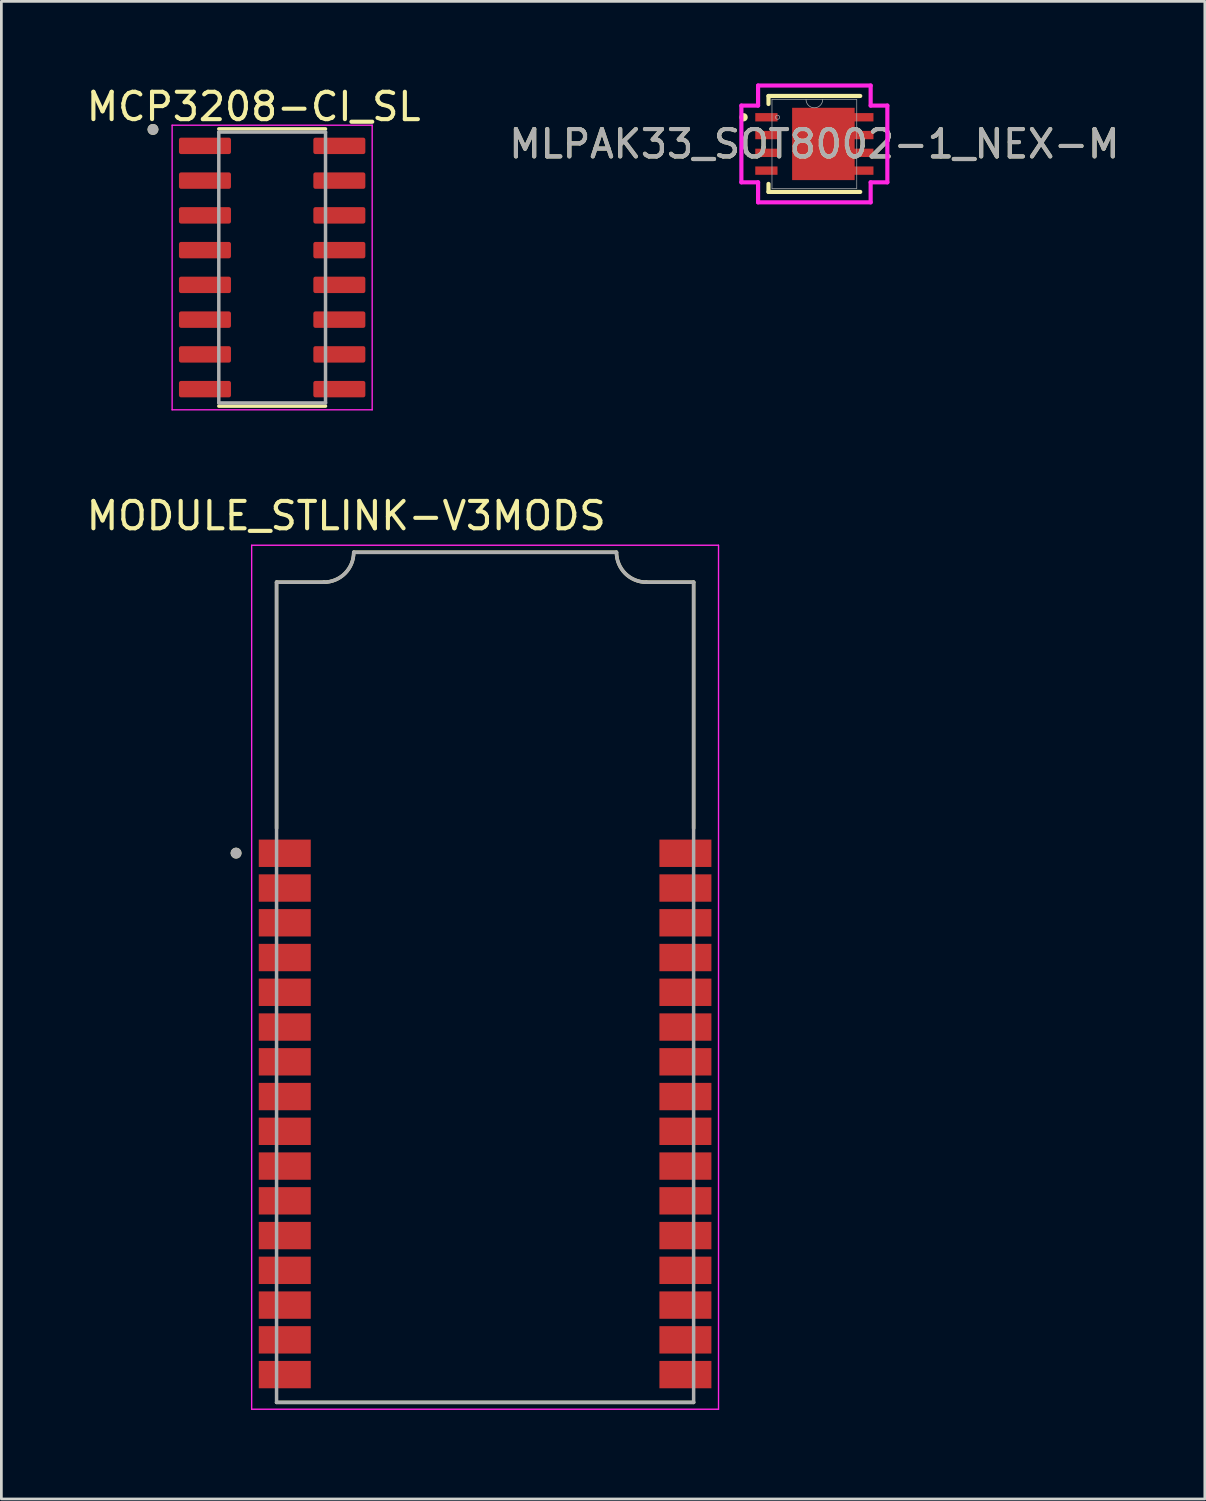
<source format=kicad_pcb>
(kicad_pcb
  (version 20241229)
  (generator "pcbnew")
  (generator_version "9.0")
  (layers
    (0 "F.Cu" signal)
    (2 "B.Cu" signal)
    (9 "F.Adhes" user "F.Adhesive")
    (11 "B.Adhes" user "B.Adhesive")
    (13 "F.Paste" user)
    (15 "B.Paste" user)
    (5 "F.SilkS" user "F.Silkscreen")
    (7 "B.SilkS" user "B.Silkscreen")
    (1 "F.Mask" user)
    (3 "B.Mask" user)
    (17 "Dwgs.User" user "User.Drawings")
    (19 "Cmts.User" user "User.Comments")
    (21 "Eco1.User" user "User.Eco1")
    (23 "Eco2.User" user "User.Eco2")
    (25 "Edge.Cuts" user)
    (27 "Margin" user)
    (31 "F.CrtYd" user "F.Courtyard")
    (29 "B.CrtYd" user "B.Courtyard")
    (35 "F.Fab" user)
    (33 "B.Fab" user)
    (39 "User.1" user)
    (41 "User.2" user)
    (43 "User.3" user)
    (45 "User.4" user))
  (footprint "MODULE_STLINK-V3MODS"
    (layer "F.Cu")
    (at 14.676 18.224)
    (property "Reference" "MODULE_STLINK-V3MODS" (at -5.075 -2.425 0) (layer "F.SilkS") (effects (font (size 1 1) (thickness 0.15))))
    (attr smd)
    (fp_line (start -7.62 0) (end -5.893 0) (stroke (width 0.127) (type solid)) (layer "F.SilkS"))
    (fp_line (start -7.62 8.995) (end -7.62 0) (stroke (width 0.127) (type solid)) (layer "F.SilkS"))
    (fp_line (start -7.62 29.972) (end 7.62 29.972) (stroke (width 0.127) (type solid)) (layer "F.SilkS"))
    (fp_line (start -4.801 -1.092) (end 4.801 -1.092) (stroke (width 0.127) (type solid)) (layer "F.SilkS"))
    (fp_line (start 5.893 0) (end 7.62 0) (stroke (width 0.127) (type solid)) (layer "F.SilkS"))
    (fp_line (start 7.62 8.995) (end 7.62 0) (stroke (width 0.127) (type solid)) (layer "F.SilkS"))
    (fp_arc (start -4.8006 -1.0922) (mid -5.120498 -0.319898) (end -5.8928 0) (stroke (width 0.127) (type solid)) (layer "F.SilkS"))
    (fp_arc (start 5.8928 0) (mid 5.120498 -0.319898) (end 4.8006 -1.0922) (stroke (width 0.127) (type solid)) (layer "F.SilkS"))
    (fp_circle (center -9.1 9.9) (end -9 9.9) (stroke (width 0.2) (type solid)) (fill no) (layer "F.SilkS"))
    (fp_line (start -8.53 -1.35) (end 8.53 -1.35) (stroke (width 0.05) (type solid)) (layer "F.CrtYd"))
    (fp_line (start -8.53 30.222) (end -8.53 -1.35) (stroke (width 0.05) (type solid)) (layer "F.CrtYd"))
    (fp_line (start 8.53 -1.35) (end 8.53 30.222) (stroke (width 0.05) (type solid)) (layer "F.CrtYd"))
    (fp_line (start 8.53 30.222) (end -8.53 30.222) (stroke (width 0.05) (type solid)) (layer "F.CrtYd"))
    (fp_line (start -7.62 0) (end -5.893 0) (stroke (width 0.127) (type solid)) (layer "F.Fab"))
    (fp_line (start -7.62 29.972) (end -7.62 0) (stroke (width 0.127) (type solid)) (layer "F.Fab"))
    (fp_line (start -7.62 29.972) (end 7.62 29.972) (stroke (width 0.127) (type solid)) (layer "F.Fab"))
    (fp_line (start -4.801 -1.092) (end 4.801 -1.092) (stroke (width 0.127) (type solid)) (layer "F.Fab"))
    (fp_line (start 5.893 0) (end 7.62 0) (stroke (width 0.127) (type solid)) (layer "F.Fab"))
    (fp_line (start 7.62 29.972) (end 7.62 0) (stroke (width 0.127) (type solid)) (layer "F.Fab"))
    (fp_arc (start -4.8006 -1.0922) (mid -5.120498 -0.319898) (end -5.8928 0) (stroke (width 0.127) (type solid)) (layer "F.Fab"))
    (fp_arc (start 5.8928 0) (mid 5.120498 -0.319898) (end 4.8006 -1.0922) (stroke (width 0.127) (type solid)) (layer "F.Fab"))
    (fp_circle (center -9.1 9.9) (end -9 9.9) (stroke (width 0.2) (type solid)) (fill no) (layer "F.Fab"))
    (pad "1" smd rect (at -7.32 9.906) (size 1.9 1) (layers "F.Cu" "F.Mask" "F.Paste"))
    (pad "2" smd rect (at -7.32 11.176) (size 1.9 1) (layers "F.Cu" "F.Mask" "F.Paste"))
    (pad "3" smd rect (at -7.32 12.446) (size 1.9 1) (layers "F.Cu" "F.Mask" "F.Paste"))
    (pad "4" smd rect (at -7.32 13.716) (size 1.9 1) (layers "F.Cu" "F.Mask" "F.Paste"))
    (pad "5" smd rect (at -7.32 14.986) (size 1.9 1) (layers "F.Cu" "F.Mask" "F.Paste"))
    (pad "6" smd rect (at -7.32 16.256) (size 1.9 1) (layers "F.Cu" "F.Mask" "F.Paste"))
    (pad "7" smd rect (at -7.32 17.526) (size 1.9 1) (layers "F.Cu" "F.Mask" "F.Paste"))
    (pad "8" smd rect (at -7.32 18.796) (size 1.9 1) (layers "F.Cu" "F.Mask" "F.Paste"))
    (pad "9" smd rect (at -7.32 20.066) (size 1.9 1) (layers "F.Cu" "F.Mask" "F.Paste"))
    (pad "10" smd rect (at -7.32 21.336) (size 1.9 1) (layers "F.Cu" "F.Mask" "F.Paste"))
    (pad "11" smd rect (at -7.32 22.606) (size 1.9 1) (layers "F.Cu" "F.Mask" "F.Paste"))
    (pad "12" smd rect (at -7.32 23.876) (size 1.9 1) (layers "F.Cu" "F.Mask" "F.Paste"))
    (pad "13" smd rect (at -7.32 25.146) (size 1.9 1) (layers "F.Cu" "F.Mask" "F.Paste"))
    (pad "14" smd rect (at -7.32 26.416) (size 1.9 1) (layers "F.Cu" "F.Mask" "F.Paste"))
    (pad "15" smd rect (at -7.32 27.686) (size 1.9 1) (layers "F.Cu" "F.Mask" "F.Paste"))
    (pad "16" smd rect (at -7.32 28.956) (size 1.9 1) (layers "F.Cu" "F.Mask" "F.Paste"))
    (pad "17" smd rect (at 7.32 28.956) (size 1.9 1) (layers "F.Cu" "F.Mask" "F.Paste"))
    (pad "18" smd rect (at 7.32 27.686) (size 1.9 1) (layers "F.Cu" "F.Mask" "F.Paste"))
    (pad "19" smd rect (at 7.32 26.416) (size 1.9 1) (layers "F.Cu" "F.Mask" "F.Paste"))
    (pad "20" smd rect (at 7.32 25.146) (size 1.9 1) (layers "F.Cu" "F.Mask" "F.Paste"))
    (pad "21" smd rect (at 7.32 23.876) (size 1.9 1) (layers "F.Cu" "F.Mask" "F.Paste"))
    (pad "22" smd rect (at 7.32 22.606) (size 1.9 1) (layers "F.Cu" "F.Mask" "F.Paste"))
    (pad "23" smd rect (at 7.32 21.336) (size 1.9 1) (layers "F.Cu" "F.Mask" "F.Paste"))
    (pad "24" smd rect (at 7.32 20.066) (size 1.9 1) (layers "F.Cu" "F.Mask" "F.Paste"))
    (pad "25" smd rect (at 7.32 18.796) (size 1.9 1) (layers "F.Cu" "F.Mask" "F.Paste"))
    (pad "26" smd rect (at 7.32 17.526) (size 1.9 1) (layers "F.Cu" "F.Mask" "F.Paste"))
    (pad "27" smd rect (at 7.32 16.256) (size 1.9 1) (layers "F.Cu" "F.Mask" "F.Paste"))
    (pad "28" smd rect (at 7.32 14.986) (size 1.9 1) (layers "F.Cu" "F.Mask" "F.Paste"))
    (pad "29" smd rect (at 7.32 13.716) (size 1.9 1) (layers "F.Cu" "F.Mask" "F.Paste"))
    (pad "30" smd rect (at 7.32 12.446) (size 1.9 1) (layers "F.Cu" "F.Mask" "F.Paste"))
    (pad "31" smd rect (at 7.32 11.176) (size 1.9 1) (layers "F.Cu" "F.Mask" "F.Paste"))
    (pad "32" smd rect (at 7.32 9.906) (size 1.9 1) (layers "F.Cu" "F.Mask" "F.Paste"))
    (zone (net_name "") (layers "F.Cu" "F.SilkS") (name "STLINK-V3MODS Keepout") (hatch edge 0.5) (connect_pads) (min_thickness 0.25) (filled_areas_thickness no) (keepout (tracks not_allowed) (vias not_allowed) (pads not_allowed) (copperpour not_allowed) (footprints not_allowed)) (placement (enabled no)) (fill) (polygon (pts (xy 5.676 16.724) (xy 23.676 16.724) (xy 23.676 27.218) (xy 20.676 27.218) (xy 20.676 48.224) (xy 23.676 48.224) (xy 23.676 48.724) (xy 5.676 48.724) (xy 5.676 48.224) (xy 8.676 48.196) (xy 8.676 27.224) (xy 5.676 27.224)))))
  (footprint "MCP3208-CI_SL"
    (layer "F.Cu")
    (at 6.895 6.725)
    (property "Reference" "MCP3208-CI_SL" (at -0.675 -5.877 0) (layer "F.SilkS") (effects (font (size 1 1) (thickness 0.15))))
    (attr smd)
    (fp_line (start -1.95 -5.065) (end 1.95 -5.065) (stroke (width 0.127) (type solid)) (layer "F.SilkS"))
    (fp_line (start -1.95 5.065) (end 1.95 5.065) (stroke (width 0.127) (type solid)) (layer "F.SilkS"))
    (fp_circle (center -4.355 -5.045) (end -4.255 -5.045) (stroke (width 0.2) (type solid)) (fill no) (layer "F.SilkS"))
    (fp_line (start -3.655 -5.2) (end -3.655 5.2) (stroke (width 0.05) (type solid)) (layer "F.CrtYd"))
    (fp_line (start -3.655 -5.2) (end 3.655 -5.2) (stroke (width 0.05) (type solid)) (layer "F.CrtYd"))
    (fp_line (start -3.655 5.2) (end 3.655 5.2) (stroke (width 0.05) (type solid)) (layer "F.CrtYd"))
    (fp_line (start 3.655 -5.2) (end 3.655 5.2) (stroke (width 0.05) (type solid)) (layer "F.CrtYd"))
    (fp_line (start -1.95 -4.95) (end -1.95 4.95) (stroke (width 0.127) (type solid)) (layer "F.Fab"))
    (fp_line (start -1.95 -4.95) (end 1.95 -4.95) (stroke (width 0.127) (type solid)) (layer "F.Fab"))
    (fp_line (start -1.95 4.95) (end 1.95 4.95) (stroke (width 0.127) (type solid)) (layer "F.Fab"))
    (fp_line (start 1.95 -4.95) (end 1.95 4.95) (stroke (width 0.127) (type solid)) (layer "F.Fab"))
    (fp_circle (center -4.355 -5.045) (end -4.255 -5.045) (stroke (width 0.2) (type solid)) (fill no) (layer "F.Fab"))
    (pad "1" smd roundrect (at -2.455 -4.445) (size 1.9 0.6) (layers "F.Cu" "F.Mask" "F.Paste") (roundrect_rratio 0.125))
    (pad "2" smd roundrect (at -2.455 -3.175) (size 1.9 0.6) (layers "F.Cu" "F.Mask" "F.Paste") (roundrect_rratio 0.125))
    (pad "3" smd roundrect (at -2.455 -1.905) (size 1.9 0.6) (layers "F.Cu" "F.Mask" "F.Paste") (roundrect_rratio 0.125))
    (pad "4" smd roundrect (at -2.455 -0.635) (size 1.9 0.6) (layers "F.Cu" "F.Mask" "F.Paste") (roundrect_rratio 0.125))
    (pad "5" smd roundrect (at -2.455 0.635) (size 1.9 0.6) (layers "F.Cu" "F.Mask" "F.Paste") (roundrect_rratio 0.125))
    (pad "6" smd roundrect (at -2.455 1.905) (size 1.9 0.6) (layers "F.Cu" "F.Mask" "F.Paste") (roundrect_rratio 0.125))
    (pad "7" smd roundrect (at -2.455 3.175) (size 1.9 0.6) (layers "F.Cu" "F.Mask" "F.Paste") (roundrect_rratio 0.125))
    (pad "8" smd roundrect (at -2.455 4.445) (size 1.9 0.6) (layers "F.Cu" "F.Mask" "F.Paste") (roundrect_rratio 0.125))
    (pad "9" smd roundrect (at 2.455 4.445) (size 1.9 0.6) (layers "F.Cu" "F.Mask" "F.Paste") (roundrect_rratio 0.125))
    (pad "10" smd roundrect (at 2.455 3.175) (size 1.9 0.6) (layers "F.Cu" "F.Mask" "F.Paste") (roundrect_rratio 0.125))
    (pad "11" smd roundrect (at 2.455 1.905) (size 1.9 0.6) (layers "F.Cu" "F.Mask" "F.Paste") (roundrect_rratio 0.125))
    (pad "12" smd roundrect (at 2.455 0.635) (size 1.9 0.6) (layers "F.Cu" "F.Mask" "F.Paste") (roundrect_rratio 0.125))
    (pad "13" smd roundrect (at 2.455 -0.635) (size 1.9 0.6) (layers "F.Cu" "F.Mask" "F.Paste") (roundrect_rratio 0.125))
    (pad "14" smd roundrect (at 2.455 -1.905) (size 1.9 0.6) (layers "F.Cu" "F.Mask" "F.Paste") (roundrect_rratio 0.125))
    (pad "15" smd roundrect (at 2.455 -3.175) (size 1.9 0.6) (layers "F.Cu" "F.Mask" "F.Paste") (roundrect_rratio 0.125))
    (pad "16" smd roundrect (at 2.455 -4.445) (size 1.9 0.6) (layers "F.Cu" "F.Mask" "F.Paste") (roundrect_rratio 0.125)))
  (footprint "MLPAK33_SOT8002-1_NEX-M"
    (layer "F.Cu")
    (at 26.708 2.21)
    (property "Reference" "MLPAK33_SOT8002-1_NEX-M" (at 0 0 0) (unlocked yes) (layer "F.SilkS") (effects (font (size 1 1) (thickness 0.15))))
    (attr smd)
    (fp_poly (pts (xy 1.473 -1.321) (xy -0.813 -1.321) (xy -0.813 1.321) (xy 1.473 1.321)) (stroke (width 0) (type solid)) (fill yes) (layer "F.Cu"))
    (fp_poly (pts (xy 1.473 -1.321) (xy -0.813 -1.321) (xy -0.813 1.321) (xy 1.473 1.321)) (stroke (width 0) (type solid)) (fill yes) (layer "F.Mask"))
    (fp_line (start -1.676 -1.753) (end -1.676 -1.46) (stroke (width 0.152) (type solid)) (layer "F.SilkS"))
    (fp_line (start -1.676 1.46) (end -1.676 1.753) (stroke (width 0.152) (type solid)) (layer "F.SilkS"))
    (fp_line (start -1.676 1.753) (end 1.676 1.753) (stroke (width 0.152) (type solid)) (layer "F.SilkS"))
    (fp_line (start 1.676 -1.753) (end -1.676 -1.753) (stroke (width 0.152) (type solid)) (layer "F.SilkS"))
    (fp_circle (center -2.586 -0.975) (end -2.509 -0.975) (stroke (width 0.152) (type solid)) (fill no) (layer "F.SilkS"))
    (fp_poly (pts (xy 1.473 -1.321) (xy -0.813 -1.321) (xy -0.813 1.321) (xy 1.473 1.321)) (stroke (width 0) (type solid)) (fill yes) (layer "F.Paste"))
    (fp_line (start -2.667 -1.402) (end -2.057 -1.402) (stroke (width 0.152) (type solid)) (layer "F.CrtYd"))
    (fp_line (start -2.667 1.402) (end -2.667 -1.402) (stroke (width 0.152) (type solid)) (layer "F.CrtYd"))
    (fp_line (start -2.667 1.402) (end -2.057 1.402) (stroke (width 0.152) (type solid)) (layer "F.CrtYd"))
    (fp_line (start -2.057 -2.134) (end 2.057 -2.134) (stroke (width 0.152) (type solid)) (layer "F.CrtYd"))
    (fp_line (start -2.057 -1.402) (end -2.057 -2.134) (stroke (width 0.152) (type solid)) (layer "F.CrtYd"))
    (fp_line (start -2.057 2.134) (end -2.057 1.402) (stroke (width 0.152) (type solid)) (layer "F.CrtYd"))
    (fp_line (start 2.057 -2.134) (end 2.057 -1.402) (stroke (width 0.152) (type solid)) (layer "F.CrtYd"))
    (fp_line (start 2.057 1.402) (end 2.057 2.134) (stroke (width 0.152) (type solid)) (layer "F.CrtYd"))
    (fp_line (start 2.057 2.134) (end -2.057 2.134) (stroke (width 0.152) (type solid)) (layer "F.CrtYd"))
    (fp_line (start 2.667 -1.402) (end 2.057 -1.402) (stroke (width 0.152) (type solid)) (layer "F.CrtYd"))
    (fp_line (start 2.667 -1.402) (end 2.667 1.402) (stroke (width 0.152) (type solid)) (layer "F.CrtYd"))
    (fp_line (start 2.667 1.402) (end 2.057 1.402) (stroke (width 0.152) (type solid)) (layer "F.CrtYd"))
    (fp_line (start -1.549 -1.626) (end -1.549 1.626) (stroke (width 0.025) (type solid)) (layer "F.Fab"))
    (fp_line (start -1.549 1.626) (end 1.549 1.626) (stroke (width 0.025) (type solid)) (layer "F.Fab"))
    (fp_line (start 1.549 -1.626) (end -1.549 -1.626) (stroke (width 0.025) (type solid)) (layer "F.Fab"))
    (fp_line (start 1.549 1.626) (end 1.549 -1.626) (stroke (width 0.025) (type solid)) (layer "F.Fab"))
    (fp_arc (start 0.3048 -1.6256) (mid 0 -1.3208) (end -0.3048 -1.6256) (stroke (width 0.0254) (type solid)) (layer "F.Fab"))
    (fp_circle (center -1.346 -0.975) (end -1.27 -0.975) (stroke (width 0.025) (type solid)) (fill no) (layer "F.Fab"))
    (fp_text user "${REFERENCE}" (at 0 0 0) (unlocked yes) (layer "F.Fab") (effects (font (size 1 1) (thickness 0.15))))
    (pad "1" smd rect (at -1.753 -0.975) (size 0.813 0.305) (layers "F.Cu" "F.Mask" "F.Paste"))
    (pad "2" smd rect (at -1.753 -0.325) (size 0.813 0.305) (layers "F.Cu" "F.Mask" "F.Paste"))
    (pad "3" smd rect (at -1.753 0.325) (size 0.813 0.305) (layers "F.Cu" "F.Mask" "F.Paste"))
    (pad "4" smd rect (at -1.753 0.975) (size 0.813 0.305) (layers "F.Cu" "F.Mask" "F.Paste"))
    (pad "5" smd rect (at 1.753 0.975) (size 0.813 0.305) (layers "F.Cu" "F.Mask" "F.Paste"))
    (pad "6" smd rect (at 1.753 0.325) (size 0.813 0.305) (layers "F.Cu" "F.Mask" "F.Paste"))
    (pad "7" smd rect (at 1.753 -0.325) (size 0.813 0.305) (layers "F.Cu" "F.Mask" "F.Paste"))
    (pad "8" smd rect (at 1.753 -0.975) (size 0.813 0.305) (layers "F.Cu" "F.Mask" "F.Paste")))
  (gr_rect
    (start -3 -3)
    (end 40.976 51.724)
    (stroke (width 0.1) (type default))
    (fill no)
    (layer "Edge.Cuts")))
</source>
